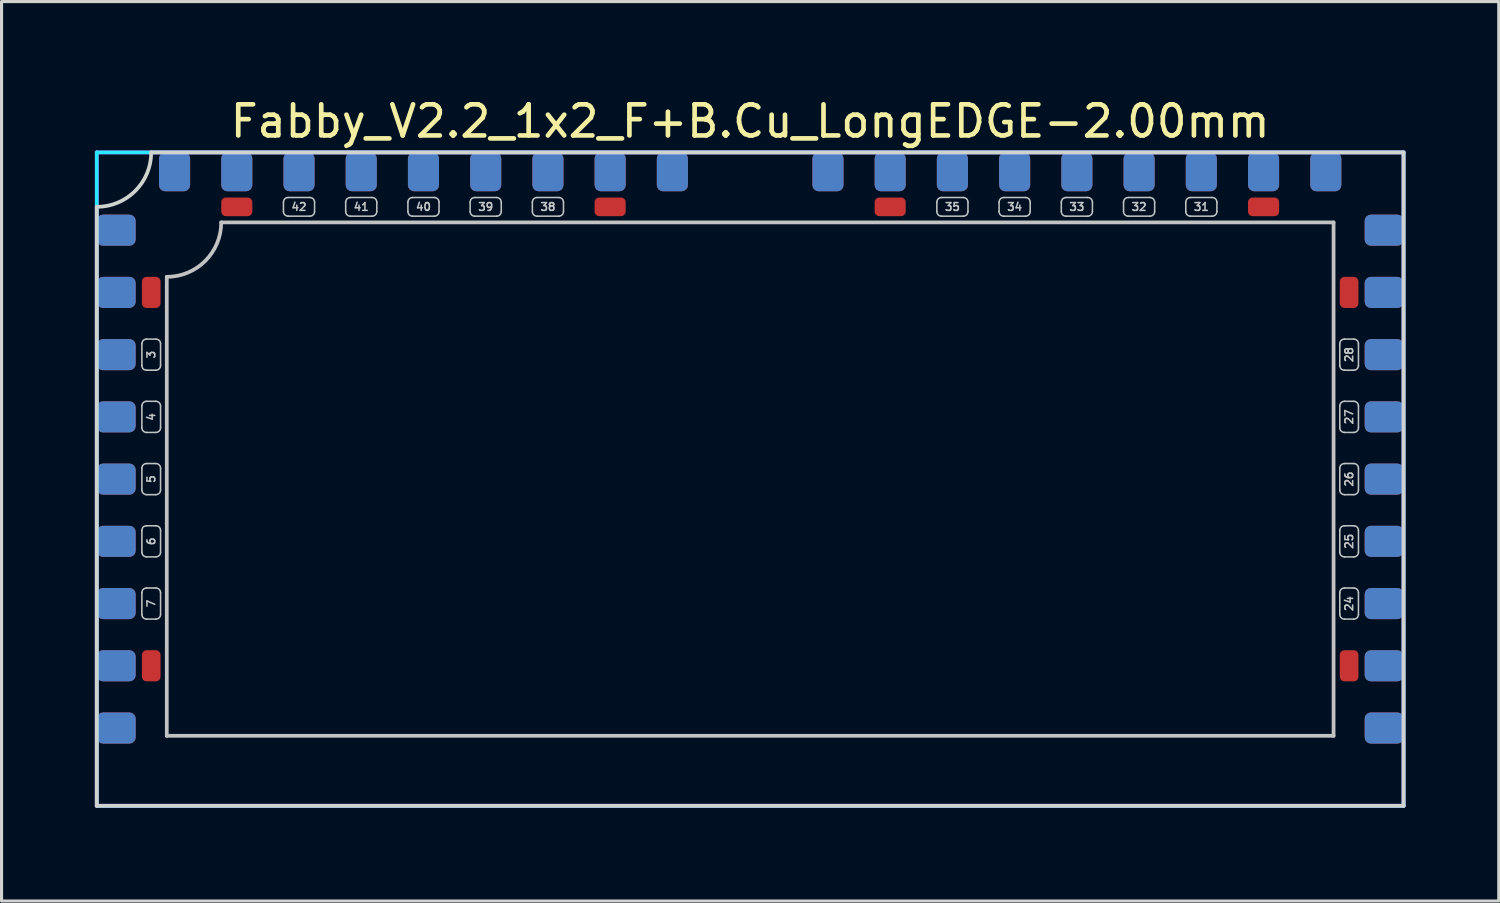
<source format=kicad_pcb>
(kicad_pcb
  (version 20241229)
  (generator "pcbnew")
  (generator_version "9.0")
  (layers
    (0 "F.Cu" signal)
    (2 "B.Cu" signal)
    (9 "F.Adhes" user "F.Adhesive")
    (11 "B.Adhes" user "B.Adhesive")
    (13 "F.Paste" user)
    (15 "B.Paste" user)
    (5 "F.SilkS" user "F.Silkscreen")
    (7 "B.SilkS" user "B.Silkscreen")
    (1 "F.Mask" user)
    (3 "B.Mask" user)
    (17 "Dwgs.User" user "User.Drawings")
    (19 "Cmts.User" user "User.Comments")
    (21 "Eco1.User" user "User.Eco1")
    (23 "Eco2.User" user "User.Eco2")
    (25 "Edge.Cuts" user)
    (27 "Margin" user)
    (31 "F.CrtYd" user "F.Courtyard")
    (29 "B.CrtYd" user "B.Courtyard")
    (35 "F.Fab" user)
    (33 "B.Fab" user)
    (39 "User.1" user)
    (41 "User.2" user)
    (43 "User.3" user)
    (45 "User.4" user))
  (footprint "Fabby_V2.2_1x2_F+B.Cu_LongEDGE-2.00mm"
    (layer "F.Cu")
    (at 21.06 12.348)
    (property "Reference" "Fabby_V2.2_1x2_F+B.Cu_LongEDGE-2.00mm" (at 0 -11.5 0) (layer "F.SilkS") (effects (font (size 1 1) (thickness 0.15))))
    (attr through_hole)
    (fp_line (start -19.55 -3.65) (end -19.55 -4.35) (stroke (width 0.05) (type solid)) (layer "Dwgs.User"))
    (fp_line (start -19.55 -1.65) (end -19.55 -2.35) (stroke (width 0.05) (type solid)) (layer "Dwgs.User"))
    (fp_line (start -19.55 0.35) (end -19.55 -0.35) (stroke (width 0.05) (type solid)) (layer "Dwgs.User"))
    (fp_line (start -19.55 2.35) (end -19.55 1.65) (stroke (width 0.05) (type solid)) (layer "Dwgs.User"))
    (fp_line (start -19.55 4.35) (end -19.55 3.65) (stroke (width 0.05) (type solid)) (layer "Dwgs.User"))
    (fp_line (start -19.4 -4.5) (end -19.1 -4.5) (stroke (width 0.05) (type solid)) (layer "Dwgs.User"))
    (fp_line (start -19.4 -3.5) (end -19.1 -3.5) (stroke (width 0.05) (type solid)) (layer "Dwgs.User"))
    (fp_line (start -19.4 -2.5) (end -19.1 -2.5) (stroke (width 0.05) (type solid)) (layer "Dwgs.User"))
    (fp_line (start -19.4 -1.5) (end -19.1 -1.5) (stroke (width 0.05) (type solid)) (layer "Dwgs.User"))
    (fp_line (start -19.4 -0.5) (end -19.1 -0.5) (stroke (width 0.05) (type solid)) (layer "Dwgs.User"))
    (fp_line (start -19.4 0.5) (end -19.1 0.5) (stroke (width 0.05) (type solid)) (layer "Dwgs.User"))
    (fp_line (start -19.4 1.5) (end -19.1 1.5) (stroke (width 0.05) (type solid)) (layer "Dwgs.User"))
    (fp_line (start -19.4 2.5) (end -19.1 2.5) (stroke (width 0.05) (type solid)) (layer "Dwgs.User"))
    (fp_line (start -19.4 3.5) (end -19.1 3.5) (stroke (width 0.05) (type solid)) (layer "Dwgs.User"))
    (fp_line (start -19.4 4.5) (end -19.1 4.5) (stroke (width 0.05) (type solid)) (layer "Dwgs.User"))
    (fp_line (start -18.95 -3.65) (end -18.95 -4.35) (stroke (width 0.05) (type solid)) (layer "Dwgs.User"))
    (fp_line (start -18.95 -1.65) (end -18.95 -2.35) (stroke (width 0.05) (type solid)) (layer "Dwgs.User"))
    (fp_line (start -18.95 0.35) (end -18.95 -0.35) (stroke (width 0.05) (type solid)) (layer "Dwgs.User"))
    (fp_line (start -18.95 2.35) (end -18.95 1.65) (stroke (width 0.05) (type solid)) (layer "Dwgs.User"))
    (fp_line (start -18.95 4.35) (end -18.95 3.65) (stroke (width 0.05) (type solid)) (layer "Dwgs.User"))
    (fp_line (start -18.75 8.25) (end -18.75 -6.5) (stroke (width 0.12) (type solid)) (layer "Dwgs.User"))
    (fp_line (start -17 -8.25) (end 18.75 -8.25) (stroke (width 0.12) (type solid)) (layer "Dwgs.User"))
    (fp_line (start -15 -8.6) (end -15 -8.9) (stroke (width 0.05) (type solid)) (layer "Dwgs.User"))
    (fp_line (start -14.15 -9.05) (end -14.85 -9.05) (stroke (width 0.05) (type solid)) (layer "Dwgs.User"))
    (fp_line (start -14.15 -8.45) (end -14.85 -8.45) (stroke (width 0.05) (type solid)) (layer "Dwgs.User"))
    (fp_line (start -14 -8.6) (end -14 -8.9) (stroke (width 0.05) (type solid)) (layer "Dwgs.User"))
    (fp_line (start -13 -8.6) (end -13 -8.9) (stroke (width 0.05) (type solid)) (layer "Dwgs.User"))
    (fp_line (start -12.15 -9.05) (end -12.85 -9.05) (stroke (width 0.05) (type solid)) (layer "Dwgs.User"))
    (fp_line (start -12.15 -8.45) (end -12.85 -8.45) (stroke (width 0.05) (type solid)) (layer "Dwgs.User"))
    (fp_line (start -12 -8.6) (end -12 -8.9) (stroke (width 0.05) (type solid)) (layer "Dwgs.User"))
    (fp_line (start -11 -8.6) (end -11 -8.9) (stroke (width 0.05) (type solid)) (layer "Dwgs.User"))
    (fp_line (start -10.15 -9.05) (end -10.85 -9.05) (stroke (width 0.05) (type solid)) (layer "Dwgs.User"))
    (fp_line (start -10.15 -8.45) (end -10.85 -8.45) (stroke (width 0.05) (type solid)) (layer "Dwgs.User"))
    (fp_line (start -10 -8.6) (end -10 -8.9) (stroke (width 0.05) (type solid)) (layer "Dwgs.User"))
    (fp_line (start -9 -8.6) (end -9 -8.9) (stroke (width 0.05) (type solid)) (layer "Dwgs.User"))
    (fp_line (start -8.15 -9.05) (end -8.85 -9.05) (stroke (width 0.05) (type solid)) (layer "Dwgs.User"))
    (fp_line (start -8.15 -8.45) (end -8.85 -8.45) (stroke (width 0.05) (type solid)) (layer "Dwgs.User"))
    (fp_line (start -8 -8.6) (end -8 -8.9) (stroke (width 0.05) (type solid)) (layer "Dwgs.User"))
    (fp_line (start -7 -8.6) (end -7 -8.9) (stroke (width 0.05) (type solid)) (layer "Dwgs.User"))
    (fp_line (start -6.15 -9.05) (end -6.85 -9.05) (stroke (width 0.05) (type solid)) (layer "Dwgs.User"))
    (fp_line (start -6.15 -8.45) (end -6.85 -8.45) (stroke (width 0.05) (type solid)) (layer "Dwgs.User"))
    (fp_line (start -6 -8.6) (end -6 -8.9) (stroke (width 0.05) (type solid)) (layer "Dwgs.User"))
    (fp_line (start 6 -8.6) (end 6 -8.9) (stroke (width 0.05) (type solid)) (layer "Dwgs.User"))
    (fp_line (start 6.85 -9.05) (end 6.15 -9.05) (stroke (width 0.05) (type solid)) (layer "Dwgs.User"))
    (fp_line (start 6.85 -8.45) (end 6.15 -8.45) (stroke (width 0.05) (type solid)) (layer "Dwgs.User"))
    (fp_line (start 7 -8.6) (end 7 -8.9) (stroke (width 0.05) (type solid)) (layer "Dwgs.User"))
    (fp_line (start 8 -8.6) (end 8 -8.9) (stroke (width 0.05) (type solid)) (layer "Dwgs.User"))
    (fp_line (start 8.85 -9.05) (end 8.15 -9.05) (stroke (width 0.05) (type solid)) (layer "Dwgs.User"))
    (fp_line (start 8.85 -8.45) (end 8.15 -8.45) (stroke (width 0.05) (type solid)) (layer "Dwgs.User"))
    (fp_line (start 9 -8.6) (end 9 -8.9) (stroke (width 0.05) (type solid)) (layer "Dwgs.User"))
    (fp_line (start 10 -8.6) (end 10 -8.9) (stroke (width 0.05) (type solid)) (layer "Dwgs.User"))
    (fp_line (start 10.85 -9.05) (end 10.15 -9.05) (stroke (width 0.05) (type solid)) (layer "Dwgs.User"))
    (fp_line (start 10.85 -8.45) (end 10.15 -8.45) (stroke (width 0.05) (type solid)) (layer "Dwgs.User"))
    (fp_line (start 11 -8.6) (end 11 -8.9) (stroke (width 0.05) (type solid)) (layer "Dwgs.User"))
    (fp_line (start 12 -8.6) (end 12 -8.9) (stroke (width 0.05) (type solid)) (layer "Dwgs.User"))
    (fp_line (start 12.85 -9.05) (end 12.15 -9.05) (stroke (width 0.05) (type solid)) (layer "Dwgs.User"))
    (fp_line (start 12.85 -8.45) (end 12.15 -8.45) (stroke (width 0.05) (type solid)) (layer "Dwgs.User"))
    (fp_line (start 13 -8.6) (end 13 -8.9) (stroke (width 0.05) (type solid)) (layer "Dwgs.User"))
    (fp_line (start 14 -8.6) (end 14 -8.9) (stroke (width 0.05) (type solid)) (layer "Dwgs.User"))
    (fp_line (start 14.85 -9.05) (end 14.15 -9.05) (stroke (width 0.05) (type solid)) (layer "Dwgs.User"))
    (fp_line (start 14.85 -8.45) (end 14.15 -8.45) (stroke (width 0.05) (type solid)) (layer "Dwgs.User"))
    (fp_line (start 15 -8.6) (end 15 -8.9) (stroke (width 0.05) (type solid)) (layer "Dwgs.User"))
    (fp_line (start 18.75 -8.25) (end 18.75 8.25) (stroke (width 0.12) (type solid)) (layer "Dwgs.User"))
    (fp_line (start 18.75 8.25) (end -18.75 8.25) (stroke (width 0.12) (type solid)) (layer "Dwgs.User"))
    (fp_line (start 18.95 -4.35) (end 18.95 -3.65) (stroke (width 0.05) (type solid)) (layer "Dwgs.User"))
    (fp_line (start 18.95 -2.35) (end 18.95 -1.65) (stroke (width 0.05) (type solid)) (layer "Dwgs.User"))
    (fp_line (start 18.95 -0.35) (end 18.95 0.35) (stroke (width 0.05) (type solid)) (layer "Dwgs.User"))
    (fp_line (start 18.95 1.65) (end 18.95 2.35) (stroke (width 0.05) (type solid)) (layer "Dwgs.User"))
    (fp_line (start 18.95 3.65) (end 18.95 4.35) (stroke (width 0.05) (type solid)) (layer "Dwgs.User"))
    (fp_line (start 19.4 -4.5) (end 19.1 -4.5) (stroke (width 0.05) (type solid)) (layer "Dwgs.User"))
    (fp_line (start 19.4 -3.5) (end 19.1 -3.5) (stroke (width 0.05) (type solid)) (layer "Dwgs.User"))
    (fp_line (start 19.4 -2.5) (end 19.1 -2.5) (stroke (width 0.05) (type solid)) (layer "Dwgs.User"))
    (fp_line (start 19.4 -1.5) (end 19.1 -1.5) (stroke (width 0.05) (type solid)) (layer "Dwgs.User"))
    (fp_line (start 19.4 -0.5) (end 19.1 -0.5) (stroke (width 0.05) (type solid)) (layer "Dwgs.User"))
    (fp_line (start 19.4 0.5) (end 19.1 0.5) (stroke (width 0.05) (type solid)) (layer "Dwgs.User"))
    (fp_line (start 19.4 1.5) (end 19.1 1.5) (stroke (width 0.05) (type solid)) (layer "Dwgs.User"))
    (fp_line (start 19.4 2.5) (end 19.1 2.5) (stroke (width 0.05) (type solid)) (layer "Dwgs.User"))
    (fp_line (start 19.4 3.5) (end 19.1 3.5) (stroke (width 0.05) (type solid)) (layer "Dwgs.User"))
    (fp_line (start 19.4 4.5) (end 19.1 4.5) (stroke (width 0.05) (type solid)) (layer "Dwgs.User"))
    (fp_line (start 19.55 -4.35) (end 19.55 -3.65) (stroke (width 0.05) (type solid)) (layer "Dwgs.User"))
    (fp_line (start 19.55 -2.35) (end 19.55 -1.65) (stroke (width 0.05) (type solid)) (layer "Dwgs.User"))
    (fp_line (start 19.55 -0.35) (end 19.55 0.35) (stroke (width 0.05) (type solid)) (layer "Dwgs.User"))
    (fp_line (start 19.55 1.65) (end 19.55 2.35) (stroke (width 0.05) (type solid)) (layer "Dwgs.User"))
    (fp_line (start 19.55 3.65) (end 19.55 4.35) (stroke (width 0.05) (type solid)) (layer "Dwgs.User"))
    (fp_arc (start -19.55 -4.35) (mid -19.506066 -4.456066) (end -19.4 -4.5) (stroke (width 0.05) (type solid)) (layer "Dwgs.User"))
    (fp_arc (start -19.55 -2.35) (mid -19.506066 -2.456066) (end -19.4 -2.5) (stroke (width 0.05) (type solid)) (layer "Dwgs.User"))
    (fp_arc (start -19.55 -0.35) (mid -19.506066 -0.456066) (end -19.4 -0.5) (stroke (width 0.05) (type solid)) (layer "Dwgs.User"))
    (fp_arc (start -19.55 1.65) (mid -19.506066 1.543934) (end -19.4 1.5) (stroke (width 0.05) (type solid)) (layer "Dwgs.User"))
    (fp_arc (start -19.55 3.65) (mid -19.506066 3.543934) (end -19.4 3.5) (stroke (width 0.05) (type solid)) (layer "Dwgs.User"))
    (fp_arc (start -19.4 -3.5) (mid -19.506066 -3.543934) (end -19.55 -3.65) (stroke (width 0.05) (type solid)) (layer "Dwgs.User"))
    (fp_arc (start -19.4 -1.5) (mid -19.506066 -1.543934) (end -19.55 -1.65) (stroke (width 0.05) (type solid)) (layer "Dwgs.User"))
    (fp_arc (start -19.4 0.5) (mid -19.506066 0.456066) (end -19.55 0.35) (stroke (width 0.05) (type solid)) (layer "Dwgs.User"))
    (fp_arc (start -19.4 2.5) (mid -19.506066 2.456066) (end -19.55 2.35) (stroke (width 0.05) (type solid)) (layer "Dwgs.User"))
    (fp_arc (start -19.4 4.5) (mid -19.506066 4.456066) (end -19.55 4.35) (stroke (width 0.05) (type solid)) (layer "Dwgs.User"))
    (fp_arc (start -19.1 -4.5) (mid -18.993934 -4.456066) (end -18.95 -4.35) (stroke (width 0.05) (type solid)) (layer "Dwgs.User"))
    (fp_arc (start -19.1 -2.5) (mid -18.993934 -2.456066) (end -18.95 -2.35) (stroke (width 0.05) (type solid)) (layer "Dwgs.User"))
    (fp_arc (start -19.1 -0.5) (mid -18.993934 -0.456066) (end -18.95 -0.35) (stroke (width 0.05) (type solid)) (layer "Dwgs.User"))
    (fp_arc (start -19.1 1.5) (mid -18.993934 1.543934) (end -18.95 1.65) (stroke (width 0.05) (type solid)) (layer "Dwgs.User"))
    (fp_arc (start -19.1 3.5) (mid -18.993934 3.543934) (end -18.95 3.65) (stroke (width 0.05) (type solid)) (layer "Dwgs.User"))
    (fp_arc (start -18.95 -3.65) (mid -18.993934 -3.543934) (end -19.1 -3.5) (stroke (width 0.05) (type solid)) (layer "Dwgs.User"))
    (fp_arc (start -18.95 -1.65) (mid -18.993934 -1.543934) (end -19.1 -1.5) (stroke (width 0.05) (type solid)) (layer "Dwgs.User"))
    (fp_arc (start -18.95 0.35) (mid -18.993934 0.456066) (end -19.1 0.5) (stroke (width 0.05) (type solid)) (layer "Dwgs.User"))
    (fp_arc (start -18.95 2.35) (mid -18.993934 2.456066) (end -19.1 2.5) (stroke (width 0.05) (type solid)) (layer "Dwgs.User"))
    (fp_arc (start -18.95 4.35) (mid -18.993934 4.456066) (end -19.1 4.5) (stroke (width 0.05) (type solid)) (layer "Dwgs.User"))
    (fp_arc (start -17 -8.25) (mid -17.512563 -7.012563) (end -18.75 -6.5) (stroke (width 0.12) (type solid)) (layer "Dwgs.User"))
    (fp_arc (start -15 -8.9) (mid -14.956066 -9.006066) (end -14.85 -9.05) (stroke (width 0.05) (type solid)) (layer "Dwgs.User"))
    (fp_arc (start -14.85 -8.45) (mid -14.956066 -8.493934) (end -15 -8.6) (stroke (width 0.05) (type solid)) (layer "Dwgs.User"))
    (fp_arc (start -14.15 -9.05) (mid -14.043934 -9.006066) (end -14 -8.9) (stroke (width 0.05) (type solid)) (layer "Dwgs.User"))
    (fp_arc (start -14 -8.6) (mid -14.043934 -8.493934) (end -14.15 -8.45) (stroke (width 0.05) (type solid)) (layer "Dwgs.User"))
    (fp_arc (start -13 -8.9) (mid -12.956066 -9.006066) (end -12.85 -9.05) (stroke (width 0.05) (type solid)) (layer "Dwgs.User"))
    (fp_arc (start -12.85 -8.45) (mid -12.956066 -8.493934) (end -13 -8.6) (stroke (width 0.05) (type solid)) (layer "Dwgs.User"))
    (fp_arc (start -12.15 -9.05) (mid -12.043934 -9.006066) (end -12 -8.9) (stroke (width 0.05) (type solid)) (layer "Dwgs.User"))
    (fp_arc (start -12 -8.6) (mid -12.043934 -8.493934) (end -12.15 -8.45) (stroke (width 0.05) (type solid)) (layer "Dwgs.User"))
    (fp_arc (start -11 -8.9) (mid -10.956066 -9.006066) (end -10.85 -9.05) (stroke (width 0.05) (type solid)) (layer "Dwgs.User"))
    (fp_arc (start -10.85 -8.45) (mid -10.956066 -8.493934) (end -11 -8.6) (stroke (width 0.05) (type solid)) (layer "Dwgs.User"))
    (fp_arc (start -10.15 -9.05) (mid -10.043934 -9.006066) (end -10 -8.9) (stroke (width 0.05) (type solid)) (layer "Dwgs.User"))
    (fp_arc (start -10 -8.6) (mid -10.043934 -8.493934) (end -10.15 -8.45) (stroke (width 0.05) (type solid)) (layer "Dwgs.User"))
    (fp_arc (start -9 -8.9) (mid -8.956066 -9.006066) (end -8.85 -9.05) (stroke (width 0.05) (type solid)) (layer "Dwgs.User"))
    (fp_arc (start -8.85 -8.45) (mid -8.956066 -8.493934) (end -9 -8.6) (stroke (width 0.05) (type solid)) (layer "Dwgs.User"))
    (fp_arc (start -8.15 -9.05) (mid -8.043934 -9.006066) (end -8 -8.9) (stroke (width 0.05) (type solid)) (layer "Dwgs.User"))
    (fp_arc (start -8 -8.6) (mid -8.043934 -8.493934) (end -8.15 -8.45) (stroke (width 0.05) (type solid)) (layer "Dwgs.User"))
    (fp_arc (start -7 -8.9) (mid -6.956066 -9.006066) (end -6.85 -9.05) (stroke (width 0.05) (type solid)) (layer "Dwgs.User"))
    (fp_arc (start -6.85 -8.45) (mid -6.956066 -8.493934) (end -7 -8.6) (stroke (width 0.05) (type solid)) (layer "Dwgs.User"))
    (fp_arc (start -6.15 -9.05) (mid -6.043934 -9.006066) (end -6 -8.9) (stroke (width 0.05) (type solid)) (layer "Dwgs.User"))
    (fp_arc (start -6 -8.6) (mid -6.043934 -8.493934) (end -6.15 -8.45) (stroke (width 0.05) (type solid)) (layer "Dwgs.User"))
    (fp_arc (start 6 -8.9) (mid 6.043934 -9.006066) (end 6.15 -9.05) (stroke (width 0.05) (type solid)) (layer "Dwgs.User"))
    (fp_arc (start 6.15 -8.45) (mid 6.043934 -8.493934) (end 6 -8.6) (stroke (width 0.05) (type solid)) (layer "Dwgs.User"))
    (fp_arc (start 6.85 -9.05) (mid 6.956066 -9.006066) (end 7 -8.9) (stroke (width 0.05) (type solid)) (layer "Dwgs.User"))
    (fp_arc (start 7 -8.6) (mid 6.956066 -8.493934) (end 6.85 -8.45) (stroke (width 0.05) (type solid)) (layer "Dwgs.User"))
    (fp_arc (start 8 -8.9) (mid 8.043934 -9.006066) (end 8.15 -9.05) (stroke (width 0.05) (type solid)) (layer "Dwgs.User"))
    (fp_arc (start 8.15 -8.45) (mid 8.043934 -8.493934) (end 8 -8.6) (stroke (width 0.05) (type solid)) (layer "Dwgs.User"))
    (fp_arc (start 8.85 -9.05) (mid 8.956066 -9.006066) (end 9 -8.9) (stroke (width 0.05) (type solid)) (layer "Dwgs.User"))
    (fp_arc (start 9 -8.6) (mid 8.956066 -8.493934) (end 8.85 -8.45) (stroke (width 0.05) (type solid)) (layer "Dwgs.User"))
    (fp_arc (start 10 -8.9) (mid 10.043934 -9.006066) (end 10.15 -9.05) (stroke (width 0.05) (type solid)) (layer "Dwgs.User"))
    (fp_arc (start 10.15 -8.45) (mid 10.043934 -8.493934) (end 10 -8.6) (stroke (width 0.05) (type solid)) (layer "Dwgs.User"))
    (fp_arc (start 10.85 -9.05) (mid 10.956066 -9.006066) (end 11 -8.9) (stroke (width 0.05) (type solid)) (layer "Dwgs.User"))
    (fp_arc (start 11 -8.6) (mid 10.956066 -8.493934) (end 10.85 -8.45) (stroke (width 0.05) (type solid)) (layer "Dwgs.User"))
    (fp_arc (start 12 -8.9) (mid 12.043934 -9.006066) (end 12.15 -9.05) (stroke (width 0.05) (type solid)) (layer "Dwgs.User"))
    (fp_arc (start 12.15 -8.45) (mid 12.043934 -8.493934) (end 12 -8.6) (stroke (width 0.05) (type solid)) (layer "Dwgs.User"))
    (fp_arc (start 12.85 -9.05) (mid 12.956066 -9.006066) (end 13 -8.9) (stroke (width 0.05) (type solid)) (layer "Dwgs.User"))
    (fp_arc (start 13 -8.6) (mid 12.956066 -8.493934) (end 12.85 -8.45) (stroke (width 0.05) (type solid)) (layer "Dwgs.User"))
    (fp_arc (start 14 -8.9) (mid 14.043934 -9.006066) (end 14.15 -9.05) (stroke (width 0.05) (type solid)) (layer "Dwgs.User"))
    (fp_arc (start 14.15 -8.45) (mid 14.043934 -8.493934) (end 14 -8.6) (stroke (width 0.05) (type solid)) (layer "Dwgs.User"))
    (fp_arc (start 14.85 -9.05) (mid 14.956066 -9.006066) (end 15 -8.9) (stroke (width 0.05) (type solid)) (layer "Dwgs.User"))
    (fp_arc (start 15 -8.6) (mid 14.956066 -8.493934) (end 14.85 -8.45) (stroke (width 0.05) (type solid)) (layer "Dwgs.User"))
    (fp_arc (start 18.95 -4.35) (mid 18.993934 -4.456066) (end 19.1 -4.5) (stroke (width 0.05) (type solid)) (layer "Dwgs.User"))
    (fp_arc (start 18.95 -2.35) (mid 18.993934 -2.456066) (end 19.1 -2.5) (stroke (width 0.05) (type solid)) (layer "Dwgs.User"))
    (fp_arc (start 18.95 -0.35) (mid 18.993934 -0.456066) (end 19.1 -0.5) (stroke (width 0.05) (type solid)) (layer "Dwgs.User"))
    (fp_arc (start 18.95 1.65) (mid 18.993934 1.543934) (end 19.1 1.5) (stroke (width 0.05) (type solid)) (layer "Dwgs.User"))
    (fp_arc (start 18.95 3.65) (mid 18.993934 3.543934) (end 19.1 3.5) (stroke (width 0.05) (type solid)) (layer "Dwgs.User"))
    (fp_arc (start 19.1 -3.5) (mid 18.993934 -3.543934) (end 18.95 -3.65) (stroke (width 0.05) (type solid)) (layer "Dwgs.User"))
    (fp_arc (start 19.1 -1.5) (mid 18.993934 -1.543934) (end 18.95 -1.65) (stroke (width 0.05) (type solid)) (layer "Dwgs.User"))
    (fp_arc (start 19.1 0.5) (mid 18.993934 0.456066) (end 18.95 0.35) (stroke (width 0.05) (type solid)) (layer "Dwgs.User"))
    (fp_arc (start 19.1 2.5) (mid 18.993934 2.456066) (end 18.95 2.35) (stroke (width 0.05) (type solid)) (layer "Dwgs.User"))
    (fp_arc (start 19.1 4.5) (mid 18.993934 4.456066) (end 18.95 4.35) (stroke (width 0.05) (type solid)) (layer "Dwgs.User"))
    (fp_arc (start 19.4 -4.5) (mid 19.506066 -4.456066) (end 19.55 -4.35) (stroke (width 0.05) (type solid)) (layer "Dwgs.User"))
    (fp_arc (start 19.4 -2.5) (mid 19.506066 -2.456066) (end 19.55 -2.35) (stroke (width 0.05) (type solid)) (layer "Dwgs.User"))
    (fp_arc (start 19.4 -0.5) (mid 19.506066 -0.456066) (end 19.55 -0.35) (stroke (width 0.05) (type solid)) (layer "Dwgs.User"))
    (fp_arc (start 19.4 1.5) (mid 19.506066 1.543934) (end 19.55 1.65) (stroke (width 0.05) (type solid)) (layer "Dwgs.User"))
    (fp_arc (start 19.4 3.5) (mid 19.506066 3.543934) (end 19.55 3.65) (stroke (width 0.05) (type solid)) (layer "Dwgs.User"))
    (fp_arc (start 19.55 -3.65) (mid 19.506066 -3.543934) (end 19.4 -3.5) (stroke (width 0.05) (type solid)) (layer "Dwgs.User"))
    (fp_arc (start 19.55 -1.65) (mid 19.506066 -1.543934) (end 19.4 -1.5) (stroke (width 0.05) (type solid)) (layer "Dwgs.User"))
    (fp_arc (start 19.55 0.35) (mid 19.506066 0.456066) (end 19.4 0.5) (stroke (width 0.05) (type solid)) (layer "Dwgs.User"))
    (fp_arc (start 19.55 2.35) (mid 19.506066 2.456066) (end 19.4 2.5) (stroke (width 0.05) (type solid)) (layer "Dwgs.User"))
    (fp_arc (start 19.55 4.35) (mid 19.506066 4.456066) (end 19.4 4.5) (stroke (width 0.05) (type solid)) (layer "Dwgs.User"))
    (fp_line (start -21 -8.75) (end -21 10.5) (stroke (width 0.12) (type solid)) (layer "Edge.Cuts"))
    (fp_line (start -21 10.5) (end 21 10.5) (stroke (width 0.12) (type solid)) (layer "Edge.Cuts"))
    (fp_line (start -19.25 -10.5) (end 21 -10.5) (stroke (width 0.12) (type solid)) (layer "Edge.Cuts"))
    (fp_line (start 21 -10.5) (end 21 10.5) (stroke (width 0.12) (type solid)) (layer "Edge.Cuts"))
    (fp_arc (start -19.25 -10.5) (mid -19.762563 -9.262563) (end -21 -8.75) (stroke (width 0.12) (type solid)) (layer "Edge.Cuts"))
    (fp_line (start -21 -10.5) (end 21 -10.5) (stroke (width 0.12) (type solid)) (layer "B.CrtYd"))
    (fp_line (start -21 10.5) (end -21 -10.5) (stroke (width 0.12) (type solid)) (layer "B.CrtYd"))
    (fp_line (start -21 10.5) (end 21 10.5) (stroke (width 0.12) (type solid)) (layer "B.CrtYd"))
    (fp_line (start 21 10.5) (end 21 -10.5) (stroke (width 0.12) (type solid)) (layer "B.CrtYd"))
    (fp_line (start -21 -10.5) (end 21 -10.5) (stroke (width 0.12) (type solid)) (layer "F.CrtYd"))
    (fp_line (start -21 10.5) (end -21 -10.5) (stroke (width 0.12) (type solid)) (layer "F.CrtYd"))
    (fp_line (start -21 10.5) (end 21 10.5) (stroke (width 0.12) (type solid)) (layer "F.CrtYd"))
    (fp_line (start 21 10.5) (end 21 -10.5) (stroke (width 0.12) (type solid)) (layer "F.CrtYd"))
    (fp_text user "38" (at -6.5 -8.75 180) (layer "Dwgs.User") (effects (font (size 0.25 0.25) (thickness 0.05))))
    (fp_text user "26" (at 19.25 0 270) (layer "Dwgs.User") (effects (font (size 0.25 0.25) (thickness 0.05))))
    (fp_text user "6" (at -19.25 2 90) (layer "Dwgs.User") (effects (font (size 0.25 0.25) (thickness 0.05))))
    (fp_text user "24" (at 19.25 4 270) (layer "Dwgs.User") (effects (font (size 0.25 0.25) (thickness 0.05))))
    (fp_text user "35" (at 6.5 -8.75 180) (layer "Dwgs.User") (effects (font (size 0.25 0.25) (thickness 0.05))))
    (fp_text user "3" (at -19.25 -4 90) (layer "Dwgs.User") (effects (font (size 0.25 0.25) (thickness 0.05))))
    (fp_text user "25" (at 19.25 2 270) (layer "Dwgs.User") (effects (font (size 0.25 0.25) (thickness 0.05))))
    (fp_text user "42" (at -14.5 -8.75 180) (layer "Dwgs.User") (effects (font (size 0.25 0.25) (thickness 0.05))))
    (fp_text user "32" (at 12.5 -8.75 180) (layer "Dwgs.User") (effects (font (size 0.25 0.25) (thickness 0.05))))
    (fp_text user "31" (at 14.5 -8.75 180) (layer "Dwgs.User") (effects (font (size 0.25 0.25) (thickness 0.05))))
    (fp_text user "39" (at -8.5 -8.75 180) (layer "Dwgs.User") (effects (font (size 0.25 0.25) (thickness 0.05))))
    (fp_text user "5" (at -19.25 0 90) (layer "Dwgs.User") (effects (font (size 0.25 0.25) (thickness 0.05))))
    (fp_text user "33" (at 10.5 -8.75 180) (layer "Dwgs.User") (effects (font (size 0.25 0.25) (thickness 0.05))))
    (fp_text user "4" (at -19.25 -2 90) (layer "Dwgs.User") (effects (font (size 0.25 0.25) (thickness 0.05))))
    (fp_text user "27" (at 19.25 -2 270) (layer "Dwgs.User") (effects (font (size 0.25 0.25) (thickness 0.05))))
    (fp_text user "7" (at -19.25 4 90) (layer "Dwgs.User") (effects (font (size 0.25 0.25) (thickness 0.05))))
    (fp_text user "28" (at 19.25 -4 270) (layer "Dwgs.User") (effects (font (size 0.25 0.25) (thickness 0.05))))
    (fp_text user "41" (at -12.5 -8.75 180) (layer "Dwgs.User") (effects (font (size 0.25 0.25) (thickness 0.05))))
    (fp_text user "40" (at -10.5 -8.75 180) (layer "Dwgs.User") (effects (font (size 0.25 0.25) (thickness 0.05))))
    (fp_text user "34" (at 8.5 -8.75 180) (layer "Dwgs.User") (effects (font (size 0.25 0.25) (thickness 0.05))))
    (pad "" smd roundrect (at -20.5 -8 90) (size 1 1.25) (drill (offset 0 0.125)) (layers "B.Cu" "B.Mask" "B.Paste") (roundrect_rratio 0.2))
    (pad "" smd roundrect (at -20.5 -6 90) (size 1 1.25) (drill (offset 0 0.125)) (layers "F.Cu" "F.Mask" "F.Paste") (roundrect_rratio 0.2))
    (pad "" smd roundrect (at -20.5 -6 90) (size 1 1.25) (drill (offset 0 0.125)) (layers "B.Cu" "B.Mask" "B.Paste") (roundrect_rratio 0.2))
    (pad "" smd roundrect (at -20.5 -4 90) (size 1 1.25) (drill (offset 0 0.125)) (layers "B.Cu" "B.Mask" "B.Paste") (roundrect_rratio 0.2))
    (pad "" smd roundrect (at -20.5 -2 90) (size 1 1.25) (drill (offset 0 0.125)) (layers "B.Cu" "B.Mask" "B.Paste") (roundrect_rratio 0.2))
    (pad "" smd roundrect (at -20.5 0 90) (size 1 1.25) (drill (offset 0 0.125)) (layers "B.Cu" "B.Mask" "B.Paste") (roundrect_rratio 0.2))
    (pad "" smd roundrect (at -20.5 2 90) (size 1 1.25) (drill (offset 0 0.125)) (layers "B.Cu" "B.Mask" "B.Paste") (roundrect_rratio 0.2))
    (pad "" smd roundrect (at -20.5 4 90) (size 1 1.25) (drill (offset 0 0.125)) (layers "B.Cu" "B.Mask" "B.Paste") (roundrect_rratio 0.2))
    (pad "" smd roundrect (at -20.5 6 90) (size 1 1.25) (drill (offset 0 0.125)) (layers "F.Cu" "F.Mask" "F.Paste") (roundrect_rratio 0.2))
    (pad "" smd roundrect (at -20.5 6 90) (size 1 1.25) (drill (offset 0 0.125)) (layers "B.Cu" "B.Mask" "B.Paste") (roundrect_rratio 0.2))
    (pad "" smd roundrect (at -20.5 8 90) (size 1 1.25) (drill (offset 0 0.125)) (layers "B.Cu" "B.Mask" "B.Paste") (roundrect_rratio 0.2))
    (pad "" smd roundrect (at -18.5 -10) (size 1 1.25) (drill (offset 0 0.125)) (layers "B.Cu" "B.Mask" "B.Paste") (roundrect_rratio 0.2))
    (pad "" smd roundrect (at -16.5 -10) (size 1 1.25) (drill (offset 0 0.125)) (layers "F.Cu" "F.Mask" "F.Paste") (roundrect_rratio 0.2))
    (pad "" smd roundrect (at -16.5 -10) (size 1 1.25) (drill (offset 0 0.125)) (layers "B.Cu" "B.Mask" "B.Paste") (roundrect_rratio 0.2))
    (pad "" smd roundrect (at -14.5 -10) (size 1 1.25) (drill (offset 0 0.125)) (layers "B.Cu" "B.Mask" "B.Paste") (roundrect_rratio 0.2))
    (pad "" smd roundrect (at -12.5 -10) (size 1 1.25) (drill (offset 0 0.125)) (layers "B.Cu" "B.Mask" "B.Paste") (roundrect_rratio 0.2))
    (pad "" smd roundrect (at -10.5 -10) (size 1 1.25) (drill (offset 0 0.125)) (layers "B.Cu" "B.Mask" "B.Paste") (roundrect_rratio 0.2))
    (pad "" smd roundrect (at -8.5 -10) (size 1 1.25) (drill (offset 0 0.125)) (layers "B.Cu" "B.Mask" "B.Paste") (roundrect_rratio 0.2))
    (pad "" smd roundrect (at -6.5 -10) (size 1 1.25) (drill (offset 0 0.125)) (layers "B.Cu" "B.Mask" "B.Paste") (roundrect_rratio 0.2))
    (pad "" smd roundrect (at -4.5 -10) (size 1 1.25) (drill (offset 0 0.125)) (layers "F.Cu" "F.Mask" "F.Paste") (roundrect_rratio 0.2))
    (pad "" smd roundrect (at -4.5 -10) (size 1 1.25) (drill (offset 0 0.125)) (layers "B.Cu" "B.Mask" "B.Paste") (roundrect_rratio 0.2))
    (pad "" smd roundrect (at -2.5 -10) (size 1 1.25) (drill (offset 0 0.125)) (layers "B.Cu" "B.Mask" "B.Paste") (roundrect_rratio 0.2))
    (pad "" smd roundrect (at 2.5 -10) (size 1 1.25) (drill (offset 0 0.125)) (layers "B.Cu" "B.Mask" "B.Paste") (roundrect_rratio 0.2))
    (pad "" smd roundrect (at 4.5 -10) (size 1 1.25) (drill (offset 0 0.125)) (layers "F.Cu" "F.Mask" "F.Paste") (roundrect_rratio 0.2))
    (pad "" smd roundrect (at 4.5 -10) (size 1 1.25) (drill (offset 0 0.125)) (layers "B.Cu" "B.Mask" "B.Paste") (roundrect_rratio 0.2))
    (pad "" smd roundrect (at 6.5 -10) (size 1 1.25) (drill (offset 0 0.125)) (layers "B.Cu" "B.Mask" "B.Paste") (roundrect_rratio 0.2))
    (pad "" smd roundrect (at 8.5 -10) (size 1 1.25) (drill (offset 0 0.125)) (layers "B.Cu" "B.Mask" "B.Paste") (roundrect_rratio 0.2))
    (pad "" smd roundrect (at 10.5 -10) (size 1 1.25) (drill (offset 0 0.125)) (layers "B.Cu" "B.Mask" "B.Paste") (roundrect_rratio 0.2))
    (pad "" smd roundrect (at 12.5 -10) (size 1 1.25) (drill (offset 0 0.125)) (layers "B.Cu" "B.Mask" "B.Paste") (roundrect_rratio 0.2))
    (pad "" smd roundrect (at 14.5 -10) (size 1 1.25) (drill (offset 0 0.125)) (layers "B.Cu" "B.Mask" "B.Paste") (roundrect_rratio 0.2))
    (pad "" smd roundrect (at 16.5 -10) (size 1 1.25) (drill (offset 0 0.125)) (layers "F.Cu" "F.Mask" "F.Paste") (roundrect_rratio 0.2))
    (pad "" smd roundrect (at 16.5 -10) (size 1 1.25) (drill (offset 0 0.125)) (layers "B.Cu" "B.Mask" "B.Paste") (roundrect_rratio 0.2))
    (pad "" smd roundrect (at 18.5 -10) (size 1 1.25) (drill (offset 0 0.125)) (layers "B.Cu" "B.Mask" "B.Paste") (roundrect_rratio 0.2))
    (pad "" smd roundrect (at 20.5 -8 270) (size 1 1.25) (drill (offset 0 0.125)) (layers "B.Cu" "B.Mask" "B.Paste") (roundrect_rratio 0.2))
    (pad "" smd roundrect (at 20.5 -6 270) (size 1 1.25) (drill (offset 0 0.125)) (layers "F.Cu" "F.Mask" "F.Paste") (roundrect_rratio 0.2))
    (pad "" smd roundrect (at 20.5 -6 270) (size 1 1.25) (drill (offset 0 0.125)) (layers "B.Cu" "B.Mask" "B.Paste") (roundrect_rratio 0.2))
    (pad "" smd roundrect (at 20.5 -4 270) (size 1 1.25) (drill (offset 0 0.125)) (layers "B.Cu" "B.Mask" "B.Paste") (roundrect_rratio 0.2))
    (pad "" smd roundrect (at 20.5 -2 270) (size 1 1.25) (drill (offset 0 0.125)) (layers "B.Cu" "B.Mask" "B.Paste") (roundrect_rratio 0.2))
    (pad "" smd roundrect (at 20.5 0 270) (size 1 1.25) (drill (offset 0 0.125)) (layers "B.Cu" "B.Mask" "B.Paste") (roundrect_rratio 0.2))
    (pad "" smd roundrect (at 20.5 2 270) (size 1 1.25) (drill (offset 0 0.125)) (layers "B.Cu" "B.Mask" "B.Paste") (roundrect_rratio 0.2))
    (pad "" smd roundrect (at 20.5 4 270) (size 1 1.25) (drill (offset 0 0.125)) (layers "B.Cu" "B.Mask" "B.Paste") (roundrect_rratio 0.2))
    (pad "" smd roundrect (at 20.5 6 270) (size 1 1.25) (drill (offset 0 0.125)) (layers "F.Cu" "F.Mask" "F.Paste") (roundrect_rratio 0.2))
    (pad "" smd roundrect (at 20.5 6 270) (size 1 1.25) (drill (offset 0 0.125)) (layers "B.Cu" "B.Mask" "B.Paste") (roundrect_rratio 0.2))
    (pad "" smd roundrect (at 20.5 8 270) (size 1 1.25) (drill (offset 0 0.125)) (layers "B.Cu" "B.Mask" "B.Paste") (roundrect_rratio 0.2))
    (pad "1" smd roundrect (at -20.5 -8 90) (size 1 1.25) (drill (offset 0 0.125)) (layers "F.Cu" "F.Mask" "F.Paste") (roundrect_rratio 0.2))
    (pad "1" smd roundrect (at -20.5 8 90) (size 1 1.25) (drill (offset 0 0.125)) (layers "F.Cu" "F.Mask" "F.Paste") (roundrect_rratio 0.2))
    (pad "1" smd roundrect (at -18.5 -10) (size 1 1.25) (drill (offset 0 0.125)) (layers "F.Cu" "F.Mask" "F.Paste") (roundrect_rratio 0.2))
    (pad "1" smd roundrect (at -2.5 -10) (size 1 1.25) (drill (offset 0 0.125)) (layers "F.Cu" "F.Mask" "F.Paste") (roundrect_rratio 0.2))
    (pad "1" smd roundrect (at 2.5 -10) (size 1 1.25) (drill (offset 0 0.125)) (layers "F.Cu" "F.Mask" "F.Paste") (roundrect_rratio 0.2))
    (pad "1" smd roundrect (at 18.5 -10) (size 1 1.25) (drill (offset 0 0.125)) (layers "F.Cu" "F.Mask" "F.Paste") (roundrect_rratio 0.2))
    (pad "1" smd roundrect (at 20.5 -8 270) (size 1 1.25) (drill (offset 0 0.125)) (layers "F.Cu" "F.Mask" "F.Paste") (roundrect_rratio 0.2))
    (pad "1" smd roundrect (at 20.5 8 270) (size 1 1.25) (drill (offset 0 0.125)) (layers "F.Cu" "F.Mask" "F.Paste") (roundrect_rratio 0.2))
    (pad "2" smd roundrect (at -19.25 -6) (size 0.6 1) (layers "F.Cu" "F.Mask" "F.Paste") (roundrect_rratio 0.25))
    (pad "3" smd roundrect (at -20.5 -4 90) (size 1 1.25) (drill (offset 0 0.125)) (layers "F.Cu" "F.Mask" "F.Paste") (roundrect_rratio 0.2))
    (pad "4" smd roundrect (at -20.5 -2 90) (size 1 1.25) (drill (offset 0 0.125)) (layers "F.Cu" "F.Mask" "F.Paste") (roundrect_rratio 0.2))
    (pad "5" smd roundrect (at -20.5 0 90) (size 1 1.25) (drill (offset 0 0.125)) (layers "F.Cu" "F.Mask" "F.Paste") (roundrect_rratio 0.2))
    (pad "6" smd roundrect (at -20.5 2 90) (size 1 1.25) (drill (offset 0 0.125)) (layers "F.Cu" "F.Mask" "F.Paste") (roundrect_rratio 0.2))
    (pad "7" smd roundrect (at -20.5 4 90) (size 1 1.25) (drill (offset 0 0.125)) (layers "F.Cu" "F.Mask" "F.Paste") (roundrect_rratio 0.2))
    (pad "8" smd roundrect (at -19.25 6) (size 0.6 1) (layers "F.Cu" "F.Mask" "F.Paste") (roundrect_rratio 0.25))
    (pad "23" smd roundrect (at 19.25 6 180) (size 0.6 1) (layers "F.Cu" "F.Mask" "F.Paste") (roundrect_rratio 0.25))
    (pad "24" smd roundrect (at 20.5 4 270) (size 1 1.25) (drill (offset 0 0.125)) (layers "F.Cu" "F.Mask" "F.Paste") (roundrect_rratio 0.2))
    (pad "25" smd roundrect (at 20.5 2 270) (size 1 1.25) (drill (offset 0 0.125)) (layers "F.Cu" "F.Mask" "F.Paste") (roundrect_rratio 0.2))
    (pad "26" smd roundrect (at 20.5 0 270) (size 1 1.25) (drill (offset 0 0.125)) (layers "F.Cu" "F.Mask" "F.Paste") (roundrect_rratio 0.2))
    (pad "27" smd roundrect (at 20.5 -2 270) (size 1 1.25) (drill (offset 0 0.125)) (layers "F.Cu" "F.Mask" "F.Paste") (roundrect_rratio 0.2))
    (pad "28" smd roundrect (at 20.5 -4 270) (size 1 1.25) (drill (offset 0 0.125)) (layers "F.Cu" "F.Mask" "F.Paste") (roundrect_rratio 0.2))
    (pad "29" smd roundrect (at 19.25 -6 180) (size 0.6 1) (layers "F.Cu" "F.Mask" "F.Paste") (roundrect_rratio 0.25))
    (pad "30" smd roundrect (at 16.5 -8.75 270) (size 0.6 1) (layers "F.Cu" "F.Mask" "F.Paste") (roundrect_rratio 0.25))
    (pad "31" smd roundrect (at 14.5 -10) (size 1 1.25) (drill (offset 0 0.125)) (layers "F.Cu" "F.Mask" "F.Paste") (roundrect_rratio 0.2))
    (pad "32" smd roundrect (at 12.5 -10) (size 1 1.25) (drill (offset 0 0.125)) (layers "F.Cu" "F.Mask" "F.Paste") (roundrect_rratio 0.2))
    (pad "33" smd roundrect (at 10.5 -10) (size 1 1.25) (drill (offset 0 0.125)) (layers "F.Cu" "F.Mask" "F.Paste") (roundrect_rratio 0.2))
    (pad "34" smd roundrect (at 8.5 -10) (size 1 1.25) (drill (offset 0 0.125)) (layers "F.Cu" "F.Mask" "F.Paste") (roundrect_rratio 0.2))
    (pad "35" smd roundrect (at 6.5 -10) (size 1 1.25) (drill (offset 0 0.125)) (layers "F.Cu" "F.Mask" "F.Paste") (roundrect_rratio 0.2))
    (pad "36" smd roundrect (at 4.5 -8.75 270) (size 0.6 1) (layers "F.Cu" "F.Mask" "F.Paste") (roundrect_rratio 0.25))
    (pad "37" smd roundrect (at -4.5 -8.75 270) (size 0.6 1) (layers "F.Cu" "F.Mask" "F.Paste") (roundrect_rratio 0.25))
    (pad "38" smd roundrect (at -6.5 -10) (size 1 1.25) (drill (offset 0 0.125)) (layers "F.Cu" "F.Mask" "F.Paste") (roundrect_rratio 0.2))
    (pad "39" smd roundrect (at -8.5 -10) (size 1 1.25) (drill (offset 0 0.125)) (layers "F.Cu" "F.Mask" "F.Paste") (roundrect_rratio 0.2))
    (pad "40" smd roundrect (at -10.5 -10) (size 1 1.25) (drill (offset 0 0.125)) (layers "F.Cu" "F.Mask" "F.Paste") (roundrect_rratio 0.2))
    (pad "41" smd roundrect (at -12.5 -10) (size 1 1.25) (drill (offset 0 0.125)) (layers "F.Cu" "F.Mask" "F.Paste") (roundrect_rratio 0.2))
    (pad "42" smd roundrect (at -14.5 -10) (size 1 1.25) (drill (offset 0 0.125)) (layers "F.Cu" "F.Mask" "F.Paste") (roundrect_rratio 0.2))
    (pad "43" smd roundrect (at -16.5 -8.75 270) (size 0.6 1) (layers "F.Cu" "F.Mask" "F.Paste") (roundrect_rratio 0.25)))
  (gr_rect
    (start -3 -3)
    (end 45.12 25.908)
    (stroke (width 0.1) (type default))
    (fill no)
    (layer "Edge.Cuts")))
</source>
